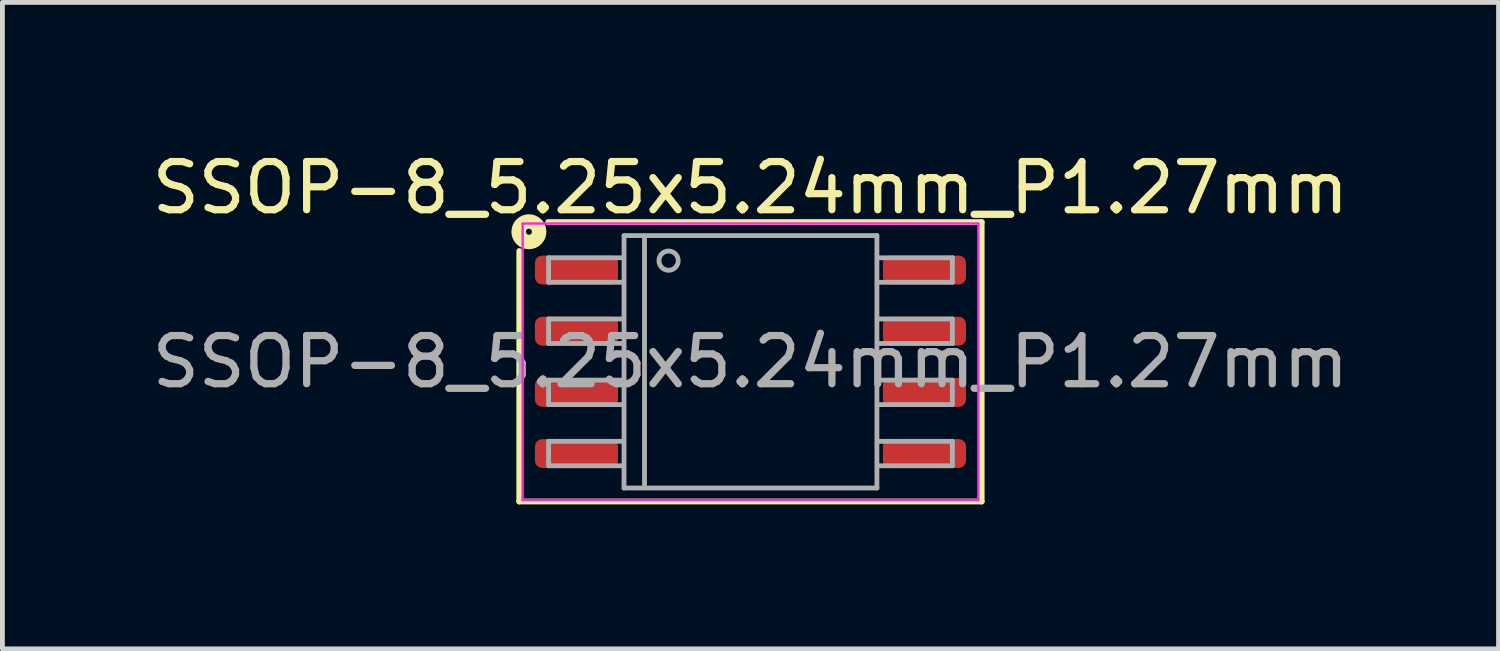
<source format=kicad_pcb>
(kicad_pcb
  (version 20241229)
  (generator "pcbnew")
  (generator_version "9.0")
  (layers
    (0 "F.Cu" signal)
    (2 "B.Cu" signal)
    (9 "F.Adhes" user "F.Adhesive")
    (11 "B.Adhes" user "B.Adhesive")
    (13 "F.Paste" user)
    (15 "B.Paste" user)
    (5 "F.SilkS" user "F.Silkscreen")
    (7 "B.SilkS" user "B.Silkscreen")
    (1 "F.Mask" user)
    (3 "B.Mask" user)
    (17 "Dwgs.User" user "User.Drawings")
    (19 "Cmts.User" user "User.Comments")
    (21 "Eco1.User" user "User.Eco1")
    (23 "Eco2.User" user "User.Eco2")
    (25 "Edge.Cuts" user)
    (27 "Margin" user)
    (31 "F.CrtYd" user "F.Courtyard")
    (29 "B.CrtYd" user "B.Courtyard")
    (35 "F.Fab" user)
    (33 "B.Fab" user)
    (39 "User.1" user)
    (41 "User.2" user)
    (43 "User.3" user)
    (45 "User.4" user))
  (footprint "SSOP-8_5.25x5.24mm_P1.27mm"
    (layer "F.Cu")
    (at 12.53 4.461)
    (property "Reference" "SSOP-8_5.25x5.24mm_P1.27mm" (at 0 -3.612 0) (layer "F.SilkS") (effects (font (size 1 1) (thickness 0.15))))
    (attr smd)
    (fp_line (start -4.8 -2.3) (end -4.8 2.9) (stroke (width 0.12) (type solid)) (layer "F.SilkS"))
    (fp_line (start -4.8 2.9) (end 4.8 2.9) (stroke (width 0.12) (type solid)) (layer "F.SilkS"))
    (fp_line (start 4.8 -2.9) (end -4.2 -2.9) (stroke (width 0.12) (type solid)) (layer "F.SilkS"))
    (fp_line (start 4.8 2.9) (end 4.8 -2.9) (stroke (width 0.12) (type solid)) (layer "F.SilkS"))
    (fp_circle (center -4.6 -2.7) (end -4.537 -2.7) (stroke (width 0.3) (type solid)) (fill no) (layer "F.SilkS"))
    (fp_line (start -4.73 -2.87) (end -4.73 2.87) (stroke (width 0.05) (type solid)) (layer "F.CrtYd"))
    (fp_line (start -4.73 2.87) (end 4.73 2.87) (stroke (width 0.05) (type solid)) (layer "F.CrtYd"))
    (fp_line (start 4.73 -2.87) (end -4.73 -2.87) (stroke (width 0.05) (type solid)) (layer "F.CrtYd"))
    (fp_line (start 4.73 2.87) (end 4.73 -2.87) (stroke (width 0.05) (type solid)) (layer "F.CrtYd"))
    (fp_line (start -4.191 -2.159) (end -4.191 -1.651) (stroke (width 0.1) (type solid)) (layer "F.Fab"))
    (fp_line (start -4.191 -2.159) (end -2.667 -2.159) (stroke (width 0.1) (type solid)) (layer "F.Fab"))
    (fp_line (start -4.191 -1.651) (end -2.667 -1.651) (stroke (width 0.1) (type solid)) (layer "F.Fab"))
    (fp_line (start -4.191 -0.889) (end -4.191 -0.381) (stroke (width 0.1) (type solid)) (layer "F.Fab"))
    (fp_line (start -4.191 -0.889) (end -2.667 -0.889) (stroke (width 0.1) (type solid)) (layer "F.Fab"))
    (fp_line (start -4.191 -0.381) (end -2.667 -0.381) (stroke (width 0.1) (type solid)) (layer "F.Fab"))
    (fp_line (start -4.191 0.381) (end -4.191 0.889) (stroke (width 0.1) (type solid)) (layer "F.Fab"))
    (fp_line (start -4.191 0.381) (end -2.667 0.381) (stroke (width 0.1) (type solid)) (layer "F.Fab"))
    (fp_line (start -4.191 0.889) (end -2.667 0.889) (stroke (width 0.1) (type solid)) (layer "F.Fab"))
    (fp_line (start -4.191 1.651) (end -4.191 2.159) (stroke (width 0.1) (type solid)) (layer "F.Fab"))
    (fp_line (start -4.191 1.651) (end -2.667 1.651) (stroke (width 0.1) (type solid)) (layer "F.Fab"))
    (fp_line (start -4.191 2.159) (end -2.667 2.159) (stroke (width 0.1) (type solid)) (layer "F.Fab"))
    (fp_line (start -2.625 -2.62) (end 2.625 -2.62) (stroke (width 0.1) (type solid)) (layer "F.Fab"))
    (fp_line (start -2.625 2.62) (end -2.625 -2.62) (stroke (width 0.1) (type solid)) (layer "F.Fab"))
    (fp_line (start -2.2 -2.6) (end -2.2 2.6) (stroke (width 0.1) (type solid)) (layer "F.Fab"))
    (fp_line (start 2.625 -2.62) (end 2.625 2.62) (stroke (width 0.1) (type solid)) (layer "F.Fab"))
    (fp_line (start 2.625 2.62) (end -2.625 2.62) (stroke (width 0.1) (type solid)) (layer "F.Fab"))
    (fp_line (start 4.191 -2.159) (end 2.667 -2.159) (stroke (width 0.1) (type solid)) (layer "F.Fab"))
    (fp_line (start 4.191 -1.651) (end 2.667 -1.651) (stroke (width 0.1) (type solid)) (layer "F.Fab"))
    (fp_line (start 4.191 -1.651) (end 4.191 -2.159) (stroke (width 0.1) (type solid)) (layer "F.Fab"))
    (fp_line (start 4.191 -0.889) (end 2.667 -0.889) (stroke (width 0.1) (type solid)) (layer "F.Fab"))
    (fp_line (start 4.191 -0.381) (end 2.667 -0.381) (stroke (width 0.1) (type solid)) (layer "F.Fab"))
    (fp_line (start 4.191 -0.381) (end 4.191 -0.889) (stroke (width 0.1) (type solid)) (layer "F.Fab"))
    (fp_line (start 4.191 0.381) (end 2.667 0.381) (stroke (width 0.1) (type solid)) (layer "F.Fab"))
    (fp_line (start 4.191 0.889) (end 2.667 0.889) (stroke (width 0.1) (type solid)) (layer "F.Fab"))
    (fp_line (start 4.191 0.889) (end 4.191 0.381) (stroke (width 0.1) (type solid)) (layer "F.Fab"))
    (fp_line (start 4.191 1.651) (end 2.667 1.651) (stroke (width 0.1) (type solid)) (layer "F.Fab"))
    (fp_line (start 4.191 2.159) (end 2.667 2.159) (stroke (width 0.1) (type solid)) (layer "F.Fab"))
    (fp_line (start 4.191 2.159) (end 4.191 1.651) (stroke (width 0.1) (type solid)) (layer "F.Fab"))
    (fp_circle (center -1.7 -2.1) (end -1.5 -2.1) (stroke (width 0.1) (type solid)) (fill no) (layer "F.Fab"))
    (fp_text user "${REFERENCE}" (at 0 0 0) (layer "F.Fab") (effects (font (size 1 1) (thickness 0.15))))
    (pad "1" smd roundrect (at -3.612 -1.905) (size 1.725 0.6) (layers "F.Cu" "F.Mask" "F.Paste") (roundrect_rratio 0.25))
    (pad "2" smd roundrect (at -3.612 -0.635) (size 1.725 0.6) (layers "F.Cu" "F.Mask" "F.Paste") (roundrect_rratio 0.25))
    (pad "3" smd roundrect (at -3.612 0.635) (size 1.725 0.6) (layers "F.Cu" "F.Mask" "F.Paste") (roundrect_rratio 0.25))
    (pad "4" smd roundrect (at -3.612 1.905) (size 1.725 0.6) (layers "F.Cu" "F.Mask" "F.Paste") (roundrect_rratio 0.25))
    (pad "5" smd roundrect (at 3.612 1.905) (size 1.725 0.6) (layers "F.Cu" "F.Mask" "F.Paste") (roundrect_rratio 0.25))
    (pad "6" smd roundrect (at 3.612 0.635) (size 1.725 0.6) (layers "F.Cu" "F.Mask" "F.Paste") (roundrect_rratio 0.25))
    (pad "7" smd roundrect (at 3.612 -0.635) (size 1.725 0.6) (layers "F.Cu" "F.Mask" "F.Paste") (roundrect_rratio 0.25))
    (pad "8" smd roundrect (at 3.612 -1.905) (size 1.725 0.6) (layers "F.Cu" "F.Mask" "F.Paste") (roundrect_rratio 0.25)))
  (gr_rect
    (start -3 -3)
    (end 28.06 10.421)
    (stroke (width 0.1) (type default))
    (fill no)
    (layer "Edge.Cuts")))
</source>
